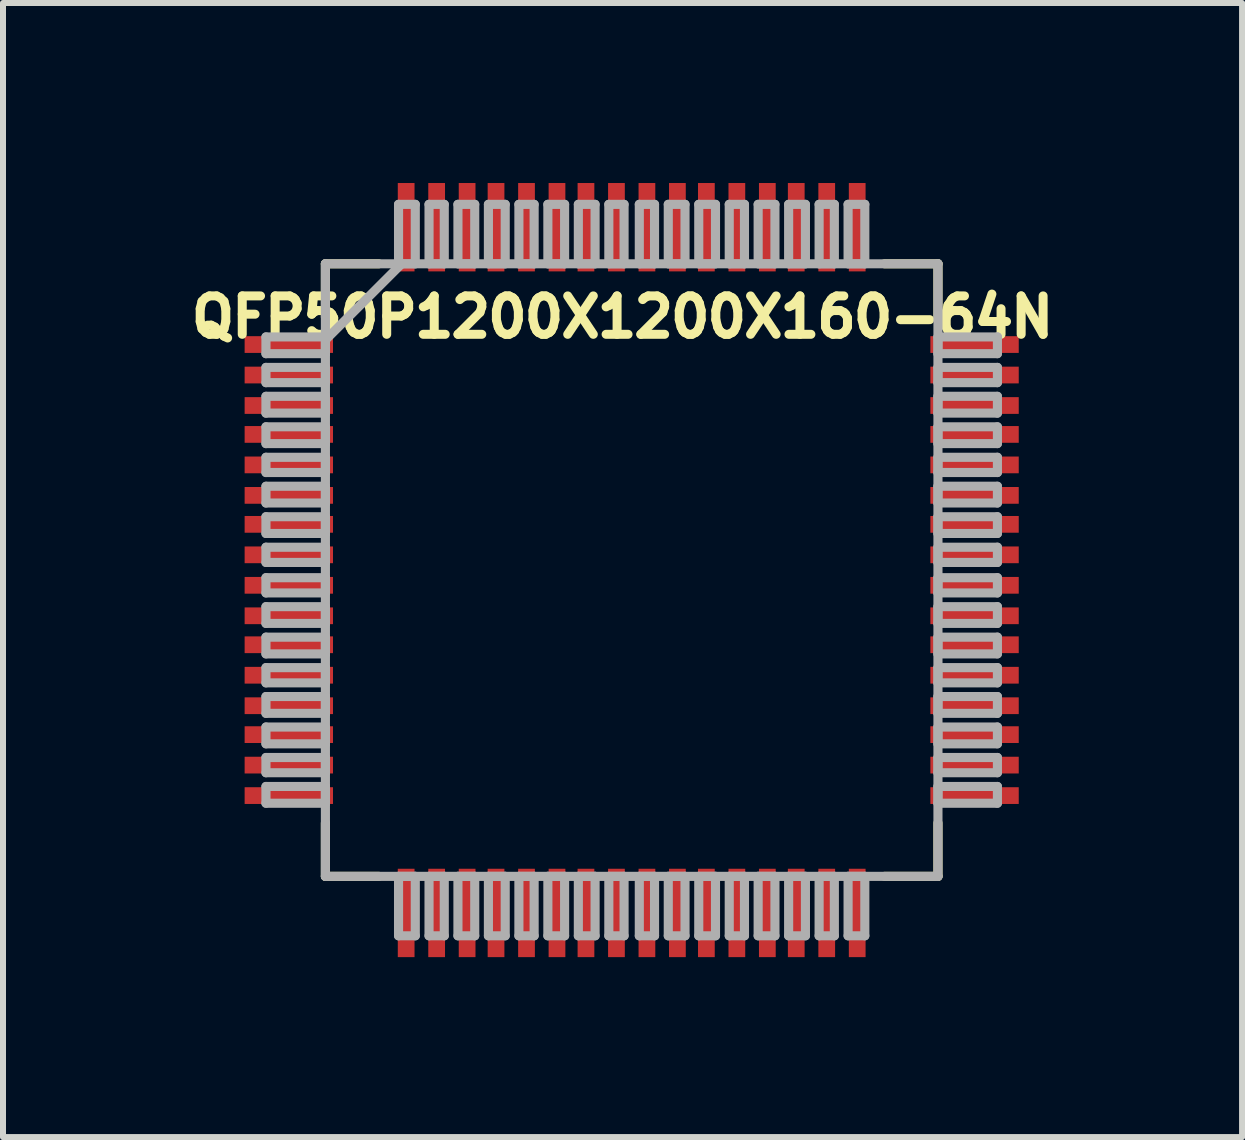
<source format=kicad_pcb>
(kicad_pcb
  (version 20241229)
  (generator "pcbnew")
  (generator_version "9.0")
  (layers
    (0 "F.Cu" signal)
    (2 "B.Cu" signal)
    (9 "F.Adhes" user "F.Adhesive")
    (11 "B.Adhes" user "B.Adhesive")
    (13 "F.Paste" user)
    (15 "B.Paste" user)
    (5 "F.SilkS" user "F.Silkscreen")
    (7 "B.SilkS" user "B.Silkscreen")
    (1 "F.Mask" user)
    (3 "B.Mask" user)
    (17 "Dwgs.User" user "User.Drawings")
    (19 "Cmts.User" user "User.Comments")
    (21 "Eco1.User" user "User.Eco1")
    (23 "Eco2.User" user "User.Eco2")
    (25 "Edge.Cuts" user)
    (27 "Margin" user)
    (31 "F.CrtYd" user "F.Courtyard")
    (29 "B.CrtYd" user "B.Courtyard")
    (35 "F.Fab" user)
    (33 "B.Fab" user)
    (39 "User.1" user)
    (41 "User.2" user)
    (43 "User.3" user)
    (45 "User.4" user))
  (footprint "QFP50P1200X1200X160-64N"
    (layer "F.Cu")
    (at 7.479 6.452)
    (property "Reference" "QFP50P1200X1200X160-64N" (at -0.152 -4.218 0) (layer "F.SilkS") (effects (font (size 0.64 0.64) (thickness 0.15))))
    (attr smd)
    (fp_line (start -5.105 -5.105) (end -5.105 -4.216) (stroke (width 0.152) (type solid)) (layer "F.SilkS"))
    (fp_line (start -5.105 4.216) (end -5.105 5.105) (stroke (width 0.152) (type solid)) (layer "F.SilkS"))
    (fp_line (start -5.105 5.105) (end -4.216 5.105) (stroke (width 0.152) (type solid)) (layer "F.SilkS"))
    (fp_line (start -4.216 -5.105) (end -5.105 -5.105) (stroke (width 0.152) (type solid)) (layer "F.SilkS"))
    (fp_line (start 4.216 5.105) (end 5.105 5.105) (stroke (width 0.152) (type solid)) (layer "F.SilkS"))
    (fp_line (start 5.105 -5.105) (end 4.216 -5.105) (stroke (width 0.152) (type solid)) (layer "F.SilkS"))
    (fp_line (start 5.105 -4.216) (end 5.105 -5.105) (stroke (width 0.152) (type solid)) (layer "F.SilkS"))
    (fp_line (start 5.105 5.105) (end 5.105 4.216) (stroke (width 0.152) (type solid)) (layer "F.SilkS"))
    (fp_line (start -6.096 -3.886) (end -6.096 -3.607) (stroke (width 0.152) (type solid)) (layer "F.Fab"))
    (fp_line (start -6.096 -3.607) (end -5.105 -3.607) (stroke (width 0.152) (type solid)) (layer "F.Fab"))
    (fp_line (start -6.096 -3.378) (end -6.096 -3.124) (stroke (width 0.152) (type solid)) (layer "F.Fab"))
    (fp_line (start -6.096 -3.124) (end -5.105 -3.124) (stroke (width 0.152) (type solid)) (layer "F.Fab"))
    (fp_line (start -6.096 -2.896) (end -6.096 -2.616) (stroke (width 0.152) (type solid)) (layer "F.Fab"))
    (fp_line (start -6.096 -2.616) (end -5.105 -2.616) (stroke (width 0.152) (type solid)) (layer "F.Fab"))
    (fp_line (start -6.096 -2.388) (end -6.096 -2.108) (stroke (width 0.152) (type solid)) (layer "F.Fab"))
    (fp_line (start -6.096 -2.108) (end -5.105 -2.108) (stroke (width 0.152) (type solid)) (layer "F.Fab"))
    (fp_line (start -6.096 -1.88) (end -6.096 -1.626) (stroke (width 0.152) (type solid)) (layer "F.Fab"))
    (fp_line (start -6.096 -1.626) (end -5.105 -1.626) (stroke (width 0.152) (type solid)) (layer "F.Fab"))
    (fp_line (start -6.096 -1.397) (end -6.096 -1.118) (stroke (width 0.152) (type solid)) (layer "F.Fab"))
    (fp_line (start -6.096 -1.118) (end -5.105 -1.118) (stroke (width 0.152) (type solid)) (layer "F.Fab"))
    (fp_line (start -6.096 -0.889) (end -6.096 -0.61) (stroke (width 0.152) (type solid)) (layer "F.Fab"))
    (fp_line (start -6.096 -0.61) (end -5.105 -0.61) (stroke (width 0.152) (type solid)) (layer "F.Fab"))
    (fp_line (start -6.096 -0.381) (end -6.096 -0.127) (stroke (width 0.152) (type solid)) (layer "F.Fab"))
    (fp_line (start -6.096 -0.127) (end -5.105 -0.127) (stroke (width 0.152) (type solid)) (layer "F.Fab"))
    (fp_line (start -6.096 0.127) (end -6.096 0.381) (stroke (width 0.152) (type solid)) (layer "F.Fab"))
    (fp_line (start -6.096 0.381) (end -5.105 0.381) (stroke (width 0.152) (type solid)) (layer "F.Fab"))
    (fp_line (start -6.096 0.61) (end -6.096 0.889) (stroke (width 0.152) (type solid)) (layer "F.Fab"))
    (fp_line (start -6.096 0.889) (end -5.105 0.889) (stroke (width 0.152) (type solid)) (layer "F.Fab"))
    (fp_line (start -6.096 1.118) (end -6.096 1.397) (stroke (width 0.152) (type solid)) (layer "F.Fab"))
    (fp_line (start -6.096 1.397) (end -5.105 1.397) (stroke (width 0.152) (type solid)) (layer "F.Fab"))
    (fp_line (start -6.096 1.626) (end -6.096 1.88) (stroke (width 0.152) (type solid)) (layer "F.Fab"))
    (fp_line (start -6.096 1.88) (end -5.105 1.88) (stroke (width 0.152) (type solid)) (layer "F.Fab"))
    (fp_line (start -6.096 2.108) (end -6.096 2.388) (stroke (width 0.152) (type solid)) (layer "F.Fab"))
    (fp_line (start -6.096 2.388) (end -5.105 2.388) (stroke (width 0.152) (type solid)) (layer "F.Fab"))
    (fp_line (start -6.096 2.616) (end -6.096 2.896) (stroke (width 0.152) (type solid)) (layer "F.Fab"))
    (fp_line (start -6.096 2.896) (end -5.105 2.896) (stroke (width 0.152) (type solid)) (layer "F.Fab"))
    (fp_line (start -6.096 3.124) (end -6.096 3.378) (stroke (width 0.152) (type solid)) (layer "F.Fab"))
    (fp_line (start -6.096 3.378) (end -5.105 3.378) (stroke (width 0.152) (type solid)) (layer "F.Fab"))
    (fp_line (start -6.096 3.607) (end -6.096 3.886) (stroke (width 0.152) (type solid)) (layer "F.Fab"))
    (fp_line (start -6.096 3.886) (end -5.105 3.886) (stroke (width 0.152) (type solid)) (layer "F.Fab"))
    (fp_line (start -5.105 -5.105) (end -5.105 5.105) (stroke (width 0.152) (type solid)) (layer "F.Fab"))
    (fp_line (start -5.105 -3.886) (end -6.096 -3.886) (stroke (width 0.152) (type solid)) (layer "F.Fab"))
    (fp_line (start -5.105 -3.835) (end -5.105 -3.886) (stroke (width 0.152) (type solid)) (layer "F.Fab"))
    (fp_line (start -5.105 -3.835) (end -3.835 -5.105) (stroke (width 0.152) (type solid)) (layer "F.Fab"))
    (fp_line (start -5.105 -3.607) (end -5.105 -3.835) (stroke (width 0.152) (type solid)) (layer "F.Fab"))
    (fp_line (start -5.105 -3.378) (end -6.096 -3.378) (stroke (width 0.152) (type solid)) (layer "F.Fab"))
    (fp_line (start -5.105 -3.124) (end -5.105 -3.378) (stroke (width 0.152) (type solid)) (layer "F.Fab"))
    (fp_line (start -5.105 -2.896) (end -6.096 -2.896) (stroke (width 0.152) (type solid)) (layer "F.Fab"))
    (fp_line (start -5.105 -2.616) (end -5.105 -2.896) (stroke (width 0.152) (type solid)) (layer "F.Fab"))
    (fp_line (start -5.105 -2.388) (end -6.096 -2.388) (stroke (width 0.152) (type solid)) (layer "F.Fab"))
    (fp_line (start -5.105 -2.108) (end -5.105 -2.388) (stroke (width 0.152) (type solid)) (layer "F.Fab"))
    (fp_line (start -5.105 -1.88) (end -6.096 -1.88) (stroke (width 0.152) (type solid)) (layer "F.Fab"))
    (fp_line (start -5.105 -1.626) (end -5.105 -1.88) (stroke (width 0.152) (type solid)) (layer "F.Fab"))
    (fp_line (start -5.105 -1.397) (end -6.096 -1.397) (stroke (width 0.152) (type solid)) (layer "F.Fab"))
    (fp_line (start -5.105 -1.118) (end -5.105 -1.397) (stroke (width 0.152) (type solid)) (layer "F.Fab"))
    (fp_line (start -5.105 -0.889) (end -6.096 -0.889) (stroke (width 0.152) (type solid)) (layer "F.Fab"))
    (fp_line (start -5.105 -0.61) (end -5.105 -0.889) (stroke (width 0.152) (type solid)) (layer "F.Fab"))
    (fp_line (start -5.105 -0.381) (end -6.096 -0.381) (stroke (width 0.152) (type solid)) (layer "F.Fab"))
    (fp_line (start -5.105 -0.127) (end -5.105 -0.381) (stroke (width 0.152) (type solid)) (layer "F.Fab"))
    (fp_line (start -5.105 0.127) (end -6.096 0.127) (stroke (width 0.152) (type solid)) (layer "F.Fab"))
    (fp_line (start -5.105 0.381) (end -5.105 0.127) (stroke (width 0.152) (type solid)) (layer "F.Fab"))
    (fp_line (start -5.105 0.61) (end -6.096 0.61) (stroke (width 0.152) (type solid)) (layer "F.Fab"))
    (fp_line (start -5.105 0.889) (end -5.105 0.61) (stroke (width 0.152) (type solid)) (layer "F.Fab"))
    (fp_line (start -5.105 1.118) (end -6.096 1.118) (stroke (width 0.152) (type solid)) (layer "F.Fab"))
    (fp_line (start -5.105 1.397) (end -5.105 1.118) (stroke (width 0.152) (type solid)) (layer "F.Fab"))
    (fp_line (start -5.105 1.626) (end -6.096 1.626) (stroke (width 0.152) (type solid)) (layer "F.Fab"))
    (fp_line (start -5.105 1.88) (end -5.105 1.626) (stroke (width 0.152) (type solid)) (layer "F.Fab"))
    (fp_line (start -5.105 2.108) (end -6.096 2.108) (stroke (width 0.152) (type solid)) (layer "F.Fab"))
    (fp_line (start -5.105 2.388) (end -5.105 2.108) (stroke (width 0.152) (type solid)) (layer "F.Fab"))
    (fp_line (start -5.105 2.616) (end -6.096 2.616) (stroke (width 0.152) (type solid)) (layer "F.Fab"))
    (fp_line (start -5.105 2.896) (end -5.105 2.616) (stroke (width 0.152) (type solid)) (layer "F.Fab"))
    (fp_line (start -5.105 3.124) (end -6.096 3.124) (stroke (width 0.152) (type solid)) (layer "F.Fab"))
    (fp_line (start -5.105 3.378) (end -5.105 3.124) (stroke (width 0.152) (type solid)) (layer "F.Fab"))
    (fp_line (start -5.105 3.607) (end -6.096 3.607) (stroke (width 0.152) (type solid)) (layer "F.Fab"))
    (fp_line (start -5.105 3.886) (end -5.105 3.607) (stroke (width 0.152) (type solid)) (layer "F.Fab"))
    (fp_line (start -5.105 5.105) (end 5.105 5.105) (stroke (width 0.152) (type solid)) (layer "F.Fab"))
    (fp_line (start -3.886 -6.096) (end -3.886 -5.105) (stroke (width 0.152) (type solid)) (layer "F.Fab"))
    (fp_line (start -3.886 -5.105) (end -3.835 -5.105) (stroke (width 0.152) (type solid)) (layer "F.Fab"))
    (fp_line (start -3.886 5.105) (end -3.886 6.096) (stroke (width 0.152) (type solid)) (layer "F.Fab"))
    (fp_line (start -3.886 6.096) (end -3.607 6.096) (stroke (width 0.152) (type solid)) (layer "F.Fab"))
    (fp_line (start -3.835 -5.105) (end -3.607 -5.105) (stroke (width 0.152) (type solid)) (layer "F.Fab"))
    (fp_line (start -3.607 -6.096) (end -3.886 -6.096) (stroke (width 0.152) (type solid)) (layer "F.Fab"))
    (fp_line (start -3.607 -5.105) (end -3.607 -6.096) (stroke (width 0.152) (type solid)) (layer "F.Fab"))
    (fp_line (start -3.607 5.105) (end -3.886 5.105) (stroke (width 0.152) (type solid)) (layer "F.Fab"))
    (fp_line (start -3.607 6.096) (end -3.607 5.105) (stroke (width 0.152) (type solid)) (layer "F.Fab"))
    (fp_line (start -3.378 -6.096) (end -3.378 -5.105) (stroke (width 0.152) (type solid)) (layer "F.Fab"))
    (fp_line (start -3.378 -5.105) (end -3.124 -5.105) (stroke (width 0.152) (type solid)) (layer "F.Fab"))
    (fp_line (start -3.378 5.105) (end -3.378 6.096) (stroke (width 0.152) (type solid)) (layer "F.Fab"))
    (fp_line (start -3.378 6.096) (end -3.124 6.096) (stroke (width 0.152) (type solid)) (layer "F.Fab"))
    (fp_line (start -3.124 -6.096) (end -3.378 -6.096) (stroke (width 0.152) (type solid)) (layer "F.Fab"))
    (fp_line (start -3.124 -5.105) (end -3.124 -6.096) (stroke (width 0.152) (type solid)) (layer "F.Fab"))
    (fp_line (start -3.124 5.105) (end -3.378 5.105) (stroke (width 0.152) (type solid)) (layer "F.Fab"))
    (fp_line (start -3.124 6.096) (end -3.124 5.105) (stroke (width 0.152) (type solid)) (layer "F.Fab"))
    (fp_line (start -2.896 -6.096) (end -2.896 -5.105) (stroke (width 0.152) (type solid)) (layer "F.Fab"))
    (fp_line (start -2.896 -5.105) (end -2.616 -5.105) (stroke (width 0.152) (type solid)) (layer "F.Fab"))
    (fp_line (start -2.896 5.105) (end -2.896 6.096) (stroke (width 0.152) (type solid)) (layer "F.Fab"))
    (fp_line (start -2.896 6.096) (end -2.616 6.096) (stroke (width 0.152) (type solid)) (layer "F.Fab"))
    (fp_line (start -2.616 -6.096) (end -2.896 -6.096) (stroke (width 0.152) (type solid)) (layer "F.Fab"))
    (fp_line (start -2.616 -5.105) (end -2.616 -6.096) (stroke (width 0.152) (type solid)) (layer "F.Fab"))
    (fp_line (start -2.616 5.105) (end -2.896 5.105) (stroke (width 0.152) (type solid)) (layer "F.Fab"))
    (fp_line (start -2.616 6.096) (end -2.616 5.105) (stroke (width 0.152) (type solid)) (layer "F.Fab"))
    (fp_line (start -2.388 -6.096) (end -2.388 -5.105) (stroke (width 0.152) (type solid)) (layer "F.Fab"))
    (fp_line (start -2.388 -5.105) (end -2.108 -5.105) (stroke (width 0.152) (type solid)) (layer "F.Fab"))
    (fp_line (start -2.388 5.105) (end -2.388 6.096) (stroke (width 0.152) (type solid)) (layer "F.Fab"))
    (fp_line (start -2.388 6.096) (end -2.108 6.096) (stroke (width 0.152) (type solid)) (layer "F.Fab"))
    (fp_line (start -2.108 -6.096) (end -2.388 -6.096) (stroke (width 0.152) (type solid)) (layer "F.Fab"))
    (fp_line (start -2.108 -5.105) (end -2.108 -6.096) (stroke (width 0.152) (type solid)) (layer "F.Fab"))
    (fp_line (start -2.108 5.105) (end -2.388 5.105) (stroke (width 0.152) (type solid)) (layer "F.Fab"))
    (fp_line (start -2.108 6.096) (end -2.108 5.105) (stroke (width 0.152) (type solid)) (layer "F.Fab"))
    (fp_line (start -1.88 -6.096) (end -1.88 -5.105) (stroke (width 0.152) (type solid)) (layer "F.Fab"))
    (fp_line (start -1.88 -5.105) (end -1.626 -5.105) (stroke (width 0.152) (type solid)) (layer "F.Fab"))
    (fp_line (start -1.88 5.105) (end -1.88 6.096) (stroke (width 0.152) (type solid)) (layer "F.Fab"))
    (fp_line (start -1.88 6.096) (end -1.626 6.096) (stroke (width 0.152) (type solid)) (layer "F.Fab"))
    (fp_line (start -1.626 -6.096) (end -1.88 -6.096) (stroke (width 0.152) (type solid)) (layer "F.Fab"))
    (fp_line (start -1.626 -5.105) (end -1.626 -6.096) (stroke (width 0.152) (type solid)) (layer "F.Fab"))
    (fp_line (start -1.626 5.105) (end -1.88 5.105) (stroke (width 0.152) (type solid)) (layer "F.Fab"))
    (fp_line (start -1.626 6.096) (end -1.626 5.105) (stroke (width 0.152) (type solid)) (layer "F.Fab"))
    (fp_line (start -1.397 -6.096) (end -1.397 -5.105) (stroke (width 0.152) (type solid)) (layer "F.Fab"))
    (fp_line (start -1.397 -5.105) (end -1.118 -5.105) (stroke (width 0.152) (type solid)) (layer "F.Fab"))
    (fp_line (start -1.397 5.105) (end -1.397 6.096) (stroke (width 0.152) (type solid)) (layer "F.Fab"))
    (fp_line (start -1.397 6.096) (end -1.118 6.096) (stroke (width 0.152) (type solid)) (layer "F.Fab"))
    (fp_line (start -1.118 -6.096) (end -1.397 -6.096) (stroke (width 0.152) (type solid)) (layer "F.Fab"))
    (fp_line (start -1.118 -5.105) (end -1.118 -6.096) (stroke (width 0.152) (type solid)) (layer "F.Fab"))
    (fp_line (start -1.118 5.105) (end -1.397 5.105) (stroke (width 0.152) (type solid)) (layer "F.Fab"))
    (fp_line (start -1.118 6.096) (end -1.118 5.105) (stroke (width 0.152) (type solid)) (layer "F.Fab"))
    (fp_line (start -0.889 -6.096) (end -0.889 -5.105) (stroke (width 0.152) (type solid)) (layer "F.Fab"))
    (fp_line (start -0.889 -5.105) (end -0.61 -5.105) (stroke (width 0.152) (type solid)) (layer "F.Fab"))
    (fp_line (start -0.889 5.105) (end -0.889 6.096) (stroke (width 0.152) (type solid)) (layer "F.Fab"))
    (fp_line (start -0.889 6.096) (end -0.61 6.096) (stroke (width 0.152) (type solid)) (layer "F.Fab"))
    (fp_line (start -0.61 -6.096) (end -0.889 -6.096) (stroke (width 0.152) (type solid)) (layer "F.Fab"))
    (fp_line (start -0.61 -5.105) (end -0.61 -6.096) (stroke (width 0.152) (type solid)) (layer "F.Fab"))
    (fp_line (start -0.61 5.105) (end -0.889 5.105) (stroke (width 0.152) (type solid)) (layer "F.Fab"))
    (fp_line (start -0.61 6.096) (end -0.61 5.105) (stroke (width 0.152) (type solid)) (layer "F.Fab"))
    (fp_line (start -0.381 -6.096) (end -0.381 -5.105) (stroke (width 0.152) (type solid)) (layer "F.Fab"))
    (fp_line (start -0.381 -5.105) (end -0.127 -5.105) (stroke (width 0.152) (type solid)) (layer "F.Fab"))
    (fp_line (start -0.381 5.105) (end -0.381 6.096) (stroke (width 0.152) (type solid)) (layer "F.Fab"))
    (fp_line (start -0.381 6.096) (end -0.127 6.096) (stroke (width 0.152) (type solid)) (layer "F.Fab"))
    (fp_line (start -0.127 -6.096) (end -0.381 -6.096) (stroke (width 0.152) (type solid)) (layer "F.Fab"))
    (fp_line (start -0.127 -5.105) (end -0.127 -6.096) (stroke (width 0.152) (type solid)) (layer "F.Fab"))
    (fp_line (start -0.127 5.105) (end -0.381 5.105) (stroke (width 0.152) (type solid)) (layer "F.Fab"))
    (fp_line (start -0.127 6.096) (end -0.127 5.105) (stroke (width 0.152) (type solid)) (layer "F.Fab"))
    (fp_line (start 0.127 -6.096) (end 0.127 -5.105) (stroke (width 0.152) (type solid)) (layer "F.Fab"))
    (fp_line (start 0.127 -5.105) (end 0.381 -5.105) (stroke (width 0.152) (type solid)) (layer "F.Fab"))
    (fp_line (start 0.127 5.105) (end 0.127 6.096) (stroke (width 0.152) (type solid)) (layer "F.Fab"))
    (fp_line (start 0.127 6.096) (end 0.381 6.096) (stroke (width 0.152) (type solid)) (layer "F.Fab"))
    (fp_line (start 0.381 -6.096) (end 0.127 -6.096) (stroke (width 0.152) (type solid)) (layer "F.Fab"))
    (fp_line (start 0.381 -5.105) (end 0.381 -6.096) (stroke (width 0.152) (type solid)) (layer "F.Fab"))
    (fp_line (start 0.381 5.105) (end 0.127 5.105) (stroke (width 0.152) (type solid)) (layer "F.Fab"))
    (fp_line (start 0.381 6.096) (end 0.381 5.105) (stroke (width 0.152) (type solid)) (layer "F.Fab"))
    (fp_line (start 0.61 -6.096) (end 0.61 -5.105) (stroke (width 0.152) (type solid)) (layer "F.Fab"))
    (fp_line (start 0.61 -5.105) (end 0.889 -5.105) (stroke (width 0.152) (type solid)) (layer "F.Fab"))
    (fp_line (start 0.61 5.105) (end 0.61 6.096) (stroke (width 0.152) (type solid)) (layer "F.Fab"))
    (fp_line (start 0.61 6.096) (end 0.889 6.096) (stroke (width 0.152) (type solid)) (layer "F.Fab"))
    (fp_line (start 0.889 -6.096) (end 0.61 -6.096) (stroke (width 0.152) (type solid)) (layer "F.Fab"))
    (fp_line (start 0.889 -5.105) (end 0.889 -6.096) (stroke (width 0.152) (type solid)) (layer "F.Fab"))
    (fp_line (start 0.889 5.105) (end 0.61 5.105) (stroke (width 0.152) (type solid)) (layer "F.Fab"))
    (fp_line (start 0.889 6.096) (end 0.889 5.105) (stroke (width 0.152) (type solid)) (layer "F.Fab"))
    (fp_line (start 1.118 -6.096) (end 1.118 -5.105) (stroke (width 0.152) (type solid)) (layer "F.Fab"))
    (fp_line (start 1.118 -5.105) (end 1.397 -5.105) (stroke (width 0.152) (type solid)) (layer "F.Fab"))
    (fp_line (start 1.118 5.105) (end 1.118 6.096) (stroke (width 0.152) (type solid)) (layer "F.Fab"))
    (fp_line (start 1.118 6.096) (end 1.397 6.096) (stroke (width 0.152) (type solid)) (layer "F.Fab"))
    (fp_line (start 1.397 -6.096) (end 1.118 -6.096) (stroke (width 0.152) (type solid)) (layer "F.Fab"))
    (fp_line (start 1.397 -5.105) (end 1.397 -6.096) (stroke (width 0.152) (type solid)) (layer "F.Fab"))
    (fp_line (start 1.397 5.105) (end 1.118 5.105) (stroke (width 0.152) (type solid)) (layer "F.Fab"))
    (fp_line (start 1.397 6.096) (end 1.397 5.105) (stroke (width 0.152) (type solid)) (layer "F.Fab"))
    (fp_line (start 1.626 -6.096) (end 1.626 -5.105) (stroke (width 0.152) (type solid)) (layer "F.Fab"))
    (fp_line (start 1.626 -5.105) (end 1.88 -5.105) (stroke (width 0.152) (type solid)) (layer "F.Fab"))
    (fp_line (start 1.626 5.105) (end 1.626 6.096) (stroke (width 0.152) (type solid)) (layer "F.Fab"))
    (fp_line (start 1.626 6.096) (end 1.88 6.096) (stroke (width 0.152) (type solid)) (layer "F.Fab"))
    (fp_line (start 1.88 -6.096) (end 1.626 -6.096) (stroke (width 0.152) (type solid)) (layer "F.Fab"))
    (fp_line (start 1.88 -5.105) (end 1.88 -6.096) (stroke (width 0.152) (type solid)) (layer "F.Fab"))
    (fp_line (start 1.88 5.105) (end 1.626 5.105) (stroke (width 0.152) (type solid)) (layer "F.Fab"))
    (fp_line (start 1.88 6.096) (end 1.88 5.105) (stroke (width 0.152) (type solid)) (layer "F.Fab"))
    (fp_line (start 2.108 -6.096) (end 2.108 -5.105) (stroke (width 0.152) (type solid)) (layer "F.Fab"))
    (fp_line (start 2.108 -5.105) (end 2.388 -5.105) (stroke (width 0.152) (type solid)) (layer "F.Fab"))
    (fp_line (start 2.108 5.105) (end 2.108 6.096) (stroke (width 0.152) (type solid)) (layer "F.Fab"))
    (fp_line (start 2.108 6.096) (end 2.388 6.096) (stroke (width 0.152) (type solid)) (layer "F.Fab"))
    (fp_line (start 2.388 -6.096) (end 2.108 -6.096) (stroke (width 0.152) (type solid)) (layer "F.Fab"))
    (fp_line (start 2.388 -5.105) (end 2.388 -6.096) (stroke (width 0.152) (type solid)) (layer "F.Fab"))
    (fp_line (start 2.388 5.105) (end 2.108 5.105) (stroke (width 0.152) (type solid)) (layer "F.Fab"))
    (fp_line (start 2.388 6.096) (end 2.388 5.105) (stroke (width 0.152) (type solid)) (layer "F.Fab"))
    (fp_line (start 2.616 -6.096) (end 2.616 -5.105) (stroke (width 0.152) (type solid)) (layer "F.Fab"))
    (fp_line (start 2.616 -5.105) (end 2.896 -5.105) (stroke (width 0.152) (type solid)) (layer "F.Fab"))
    (fp_line (start 2.616 5.105) (end 2.616 6.096) (stroke (width 0.152) (type solid)) (layer "F.Fab"))
    (fp_line (start 2.616 6.096) (end 2.896 6.096) (stroke (width 0.152) (type solid)) (layer "F.Fab"))
    (fp_line (start 2.896 -6.096) (end 2.616 -6.096) (stroke (width 0.152) (type solid)) (layer "F.Fab"))
    (fp_line (start 2.896 -5.105) (end 2.896 -6.096) (stroke (width 0.152) (type solid)) (layer "F.Fab"))
    (fp_line (start 2.896 5.105) (end 2.616 5.105) (stroke (width 0.152) (type solid)) (layer "F.Fab"))
    (fp_line (start 2.896 6.096) (end 2.896 5.105) (stroke (width 0.152) (type solid)) (layer "F.Fab"))
    (fp_line (start 3.124 -6.096) (end 3.124 -5.105) (stroke (width 0.152) (type solid)) (layer "F.Fab"))
    (fp_line (start 3.124 -5.105) (end 3.378 -5.105) (stroke (width 0.152) (type solid)) (layer "F.Fab"))
    (fp_line (start 3.124 5.105) (end 3.124 6.096) (stroke (width 0.152) (type solid)) (layer "F.Fab"))
    (fp_line (start 3.124 6.096) (end 3.378 6.096) (stroke (width 0.152) (type solid)) (layer "F.Fab"))
    (fp_line (start 3.378 -6.096) (end 3.124 -6.096) (stroke (width 0.152) (type solid)) (layer "F.Fab"))
    (fp_line (start 3.378 -5.105) (end 3.378 -6.096) (stroke (width 0.152) (type solid)) (layer "F.Fab"))
    (fp_line (start 3.378 5.105) (end 3.124 5.105) (stroke (width 0.152) (type solid)) (layer "F.Fab"))
    (fp_line (start 3.378 6.096) (end 3.378 5.105) (stroke (width 0.152) (type solid)) (layer "F.Fab"))
    (fp_line (start 3.607 -6.096) (end 3.607 -5.105) (stroke (width 0.152) (type solid)) (layer "F.Fab"))
    (fp_line (start 3.607 -5.105) (end 3.886 -5.105) (stroke (width 0.152) (type solid)) (layer "F.Fab"))
    (fp_line (start 3.607 5.105) (end 3.607 6.096) (stroke (width 0.152) (type solid)) (layer "F.Fab"))
    (fp_line (start 3.607 6.096) (end 3.886 6.096) (stroke (width 0.152) (type solid)) (layer "F.Fab"))
    (fp_line (start 3.886 -6.096) (end 3.607 -6.096) (stroke (width 0.152) (type solid)) (layer "F.Fab"))
    (fp_line (start 3.886 -5.105) (end 3.886 -6.096) (stroke (width 0.152) (type solid)) (layer "F.Fab"))
    (fp_line (start 3.886 5.105) (end 3.607 5.105) (stroke (width 0.152) (type solid)) (layer "F.Fab"))
    (fp_line (start 3.886 6.096) (end 3.886 5.105) (stroke (width 0.152) (type solid)) (layer "F.Fab"))
    (fp_line (start 5.105 -5.105) (end -5.105 -5.105) (stroke (width 0.152) (type solid)) (layer "F.Fab"))
    (fp_line (start 5.105 -3.886) (end 5.105 -3.607) (stroke (width 0.152) (type solid)) (layer "F.Fab"))
    (fp_line (start 5.105 -3.607) (end 6.096 -3.607) (stroke (width 0.152) (type solid)) (layer "F.Fab"))
    (fp_line (start 5.105 -3.378) (end 5.105 -3.124) (stroke (width 0.152) (type solid)) (layer "F.Fab"))
    (fp_line (start 5.105 -3.124) (end 6.096 -3.124) (stroke (width 0.152) (type solid)) (layer "F.Fab"))
    (fp_line (start 5.105 -2.896) (end 5.105 -2.616) (stroke (width 0.152) (type solid)) (layer "F.Fab"))
    (fp_line (start 5.105 -2.616) (end 6.096 -2.616) (stroke (width 0.152) (type solid)) (layer "F.Fab"))
    (fp_line (start 5.105 -2.388) (end 5.105 -2.108) (stroke (width 0.152) (type solid)) (layer "F.Fab"))
    (fp_line (start 5.105 -2.108) (end 6.096 -2.108) (stroke (width 0.152) (type solid)) (layer "F.Fab"))
    (fp_line (start 5.105 -1.88) (end 5.105 -1.626) (stroke (width 0.152) (type solid)) (layer "F.Fab"))
    (fp_line (start 5.105 -1.626) (end 6.096 -1.626) (stroke (width 0.152) (type solid)) (layer "F.Fab"))
    (fp_line (start 5.105 -1.397) (end 5.105 -1.118) (stroke (width 0.152) (type solid)) (layer "F.Fab"))
    (fp_line (start 5.105 -1.118) (end 6.096 -1.118) (stroke (width 0.152) (type solid)) (layer "F.Fab"))
    (fp_line (start 5.105 -0.889) (end 5.105 -0.61) (stroke (width 0.152) (type solid)) (layer "F.Fab"))
    (fp_line (start 5.105 -0.61) (end 6.096 -0.61) (stroke (width 0.152) (type solid)) (layer "F.Fab"))
    (fp_line (start 5.105 -0.381) (end 5.105 -0.127) (stroke (width 0.152) (type solid)) (layer "F.Fab"))
    (fp_line (start 5.105 -0.127) (end 6.096 -0.127) (stroke (width 0.152) (type solid)) (layer "F.Fab"))
    (fp_line (start 5.105 0.127) (end 5.105 0.381) (stroke (width 0.152) (type solid)) (layer "F.Fab"))
    (fp_line (start 5.105 0.381) (end 6.096 0.381) (stroke (width 0.152) (type solid)) (layer "F.Fab"))
    (fp_line (start 5.105 0.61) (end 5.105 0.889) (stroke (width 0.152) (type solid)) (layer "F.Fab"))
    (fp_line (start 5.105 0.889) (end 6.096 0.889) (stroke (width 0.152) (type solid)) (layer "F.Fab"))
    (fp_line (start 5.105 1.118) (end 5.105 1.397) (stroke (width 0.152) (type solid)) (layer "F.Fab"))
    (fp_line (start 5.105 1.397) (end 6.096 1.397) (stroke (width 0.152) (type solid)) (layer "F.Fab"))
    (fp_line (start 5.105 1.626) (end 5.105 1.88) (stroke (width 0.152) (type solid)) (layer "F.Fab"))
    (fp_line (start 5.105 1.88) (end 6.096 1.88) (stroke (width 0.152) (type solid)) (layer "F.Fab"))
    (fp_line (start 5.105 2.108) (end 5.105 2.388) (stroke (width 0.152) (type solid)) (layer "F.Fab"))
    (fp_line (start 5.105 2.388) (end 6.096 2.388) (stroke (width 0.152) (type solid)) (layer "F.Fab"))
    (fp_line (start 5.105 2.616) (end 5.105 2.896) (stroke (width 0.152) (type solid)) (layer "F.Fab"))
    (fp_line (start 5.105 2.896) (end 6.096 2.896) (stroke (width 0.152) (type solid)) (layer "F.Fab"))
    (fp_line (start 5.105 3.124) (end 5.105 3.378) (stroke (width 0.152) (type solid)) (layer "F.Fab"))
    (fp_line (start 5.105 3.378) (end 6.096 3.378) (stroke (width 0.152) (type solid)) (layer "F.Fab"))
    (fp_line (start 5.105 3.607) (end 5.105 3.886) (stroke (width 0.152) (type solid)) (layer "F.Fab"))
    (fp_line (start 5.105 3.886) (end 6.096 3.886) (stroke (width 0.152) (type solid)) (layer "F.Fab"))
    (fp_line (start 5.105 5.105) (end 5.105 -5.105) (stroke (width 0.152) (type solid)) (layer "F.Fab"))
    (fp_line (start 6.096 -3.886) (end 5.105 -3.886) (stroke (width 0.152) (type solid)) (layer "F.Fab"))
    (fp_line (start 6.096 -3.607) (end 6.096 -3.886) (stroke (width 0.152) (type solid)) (layer "F.Fab"))
    (fp_line (start 6.096 -3.378) (end 5.105 -3.378) (stroke (width 0.152) (type solid)) (layer "F.Fab"))
    (fp_line (start 6.096 -3.124) (end 6.096 -3.378) (stroke (width 0.152) (type solid)) (layer "F.Fab"))
    (fp_line (start 6.096 -2.896) (end 5.105 -2.896) (stroke (width 0.152) (type solid)) (layer "F.Fab"))
    (fp_line (start 6.096 -2.616) (end 6.096 -2.896) (stroke (width 0.152) (type solid)) (layer "F.Fab"))
    (fp_line (start 6.096 -2.388) (end 5.105 -2.388) (stroke (width 0.152) (type solid)) (layer "F.Fab"))
    (fp_line (start 6.096 -2.108) (end 6.096 -2.388) (stroke (width 0.152) (type solid)) (layer "F.Fab"))
    (fp_line (start 6.096 -1.88) (end 5.105 -1.88) (stroke (width 0.152) (type solid)) (layer "F.Fab"))
    (fp_line (start 6.096 -1.626) (end 6.096 -1.88) (stroke (width 0.152) (type solid)) (layer "F.Fab"))
    (fp_line (start 6.096 -1.397) (end 5.105 -1.397) (stroke (width 0.152) (type solid)) (layer "F.Fab"))
    (fp_line (start 6.096 -1.118) (end 6.096 -1.397) (stroke (width 0.152) (type solid)) (layer "F.Fab"))
    (fp_line (start 6.096 -0.889) (end 5.105 -0.889) (stroke (width 0.152) (type solid)) (layer "F.Fab"))
    (fp_line (start 6.096 -0.61) (end 6.096 -0.889) (stroke (width 0.152) (type solid)) (layer "F.Fab"))
    (fp_line (start 6.096 -0.381) (end 5.105 -0.381) (stroke (width 0.152) (type solid)) (layer "F.Fab"))
    (fp_line (start 6.096 -0.127) (end 6.096 -0.381) (stroke (width 0.152) (type solid)) (layer "F.Fab"))
    (fp_line (start 6.096 0.127) (end 5.105 0.127) (stroke (width 0.152) (type solid)) (layer "F.Fab"))
    (fp_line (start 6.096 0.381) (end 6.096 0.127) (stroke (width 0.152) (type solid)) (layer "F.Fab"))
    (fp_line (start 6.096 0.61) (end 5.105 0.61) (stroke (width 0.152) (type solid)) (layer "F.Fab"))
    (fp_line (start 6.096 0.889) (end 6.096 0.61) (stroke (width 0.152) (type solid)) (layer "F.Fab"))
    (fp_line (start 6.096 1.118) (end 5.105 1.118) (stroke (width 0.152) (type solid)) (layer "F.Fab"))
    (fp_line (start 6.096 1.397) (end 6.096 1.118) (stroke (width 0.152) (type solid)) (layer "F.Fab"))
    (fp_line (start 6.096 1.626) (end 5.105 1.626) (stroke (width 0.152) (type solid)) (layer "F.Fab"))
    (fp_line (start 6.096 1.88) (end 6.096 1.626) (stroke (width 0.152) (type solid)) (layer "F.Fab"))
    (fp_line (start 6.096 2.108) (end 5.105 2.108) (stroke (width 0.152) (type solid)) (layer "F.Fab"))
    (fp_line (start 6.096 2.388) (end 6.096 2.108) (stroke (width 0.152) (type solid)) (layer "F.Fab"))
    (fp_line (start 6.096 2.616) (end 5.105 2.616) (stroke (width 0.152) (type solid)) (layer "F.Fab"))
    (fp_line (start 6.096 2.896) (end 6.096 2.616) (stroke (width 0.152) (type solid)) (layer "F.Fab"))
    (fp_line (start 6.096 3.124) (end 5.105 3.124) (stroke (width 0.152) (type solid)) (layer "F.Fab"))
    (fp_line (start 6.096 3.378) (end 6.096 3.124) (stroke (width 0.152) (type solid)) (layer "F.Fab"))
    (fp_line (start 6.096 3.607) (end 5.105 3.607) (stroke (width 0.152) (type solid)) (layer "F.Fab"))
    (fp_line (start 6.096 3.886) (end 6.096 3.607) (stroke (width 0.152) (type solid)) (layer "F.Fab"))
    (pad "1" smd rect (at -5.715 -3.759) (size 1.473 0.279) (layers "F.Cu" "F.Mask" "F.Paste"))
    (pad "2" smd rect (at -5.715 -3.251) (size 1.473 0.279) (layers "F.Cu" "F.Mask" "F.Paste"))
    (pad "3" smd rect (at -5.715 -2.743) (size 1.473 0.279) (layers "F.Cu" "F.Mask" "F.Paste"))
    (pad "4" smd rect (at -5.715 -2.261) (size 1.473 0.279) (layers "F.Cu" "F.Mask" "F.Paste"))
    (pad "5" smd rect (at -5.715 -1.753) (size 1.473 0.279) (layers "F.Cu" "F.Mask" "F.Paste"))
    (pad "6" smd rect (at -5.715 -1.245) (size 1.473 0.279) (layers "F.Cu" "F.Mask" "F.Paste"))
    (pad "7" smd rect (at -5.715 -0.762) (size 1.473 0.279) (layers "F.Cu" "F.Mask" "F.Paste"))
    (pad "8" smd rect (at -5.715 -0.254) (size 1.473 0.279) (layers "F.Cu" "F.Mask" "F.Paste"))
    (pad "9" smd rect (at -5.715 0.254) (size 1.473 0.279) (layers "F.Cu" "F.Mask" "F.Paste"))
    (pad "10" smd rect (at -5.715 0.762) (size 1.473 0.279) (layers "F.Cu" "F.Mask" "F.Paste"))
    (pad "11" smd rect (at -5.715 1.245) (size 1.473 0.279) (layers "F.Cu" "F.Mask" "F.Paste"))
    (pad "12" smd rect (at -5.715 1.753) (size 1.473 0.279) (layers "F.Cu" "F.Mask" "F.Paste"))
    (pad "13" smd rect (at -5.715 2.261) (size 1.473 0.279) (layers "F.Cu" "F.Mask" "F.Paste"))
    (pad "14" smd rect (at -5.715 2.743) (size 1.473 0.279) (layers "F.Cu" "F.Mask" "F.Paste"))
    (pad "15" smd rect (at -5.715 3.251) (size 1.473 0.279) (layers "F.Cu" "F.Mask" "F.Paste"))
    (pad "16" smd rect (at -5.715 3.759) (size 1.473 0.279) (layers "F.Cu" "F.Mask" "F.Paste"))
    (pad "17" smd rect (at -3.759 5.715) (size 0.279 1.473) (layers "F.Cu" "F.Mask" "F.Paste"))
    (pad "18" smd rect (at -3.251 5.715) (size 0.279 1.473) (layers "F.Cu" "F.Mask" "F.Paste"))
    (pad "19" smd rect (at -2.743 5.715) (size 0.279 1.473) (layers "F.Cu" "F.Mask" "F.Paste"))
    (pad "20" smd rect (at -2.261 5.715) (size 0.279 1.473) (layers "F.Cu" "F.Mask" "F.Paste"))
    (pad "21" smd rect (at -1.753 5.715) (size 0.279 1.473) (layers "F.Cu" "F.Mask" "F.Paste"))
    (pad "22" smd rect (at -1.245 5.715) (size 0.279 1.473) (layers "F.Cu" "F.Mask" "F.Paste"))
    (pad "23" smd rect (at -0.762 5.715) (size 0.279 1.473) (layers "F.Cu" "F.Mask" "F.Paste"))
    (pad "24" smd rect (at -0.254 5.715) (size 0.279 1.473) (layers "F.Cu" "F.Mask" "F.Paste"))
    (pad "25" smd rect (at 0.254 5.715) (size 0.279 1.473) (layers "F.Cu" "F.Mask" "F.Paste"))
    (pad "26" smd rect (at 0.762 5.715) (size 0.279 1.473) (layers "F.Cu" "F.Mask" "F.Paste"))
    (pad "27" smd rect (at 1.245 5.715) (size 0.279 1.473) (layers "F.Cu" "F.Mask" "F.Paste"))
    (pad "28" smd rect (at 1.753 5.715) (size 0.279 1.473) (layers "F.Cu" "F.Mask" "F.Paste"))
    (pad "29" smd rect (at 2.261 5.715) (size 0.279 1.473) (layers "F.Cu" "F.Mask" "F.Paste"))
    (pad "30" smd rect (at 2.743 5.715) (size 0.279 1.473) (layers "F.Cu" "F.Mask" "F.Paste"))
    (pad "31" smd rect (at 3.251 5.715) (size 0.279 1.473) (layers "F.Cu" "F.Mask" "F.Paste"))
    (pad "32" smd rect (at 3.759 5.715) (size 0.279 1.473) (layers "F.Cu" "F.Mask" "F.Paste"))
    (pad "33" smd rect (at 5.715 3.759) (size 1.473 0.279) (layers "F.Cu" "F.Mask" "F.Paste"))
    (pad "34" smd rect (at 5.715 3.251) (size 1.473 0.279) (layers "F.Cu" "F.Mask" "F.Paste"))
    (pad "35" smd rect (at 5.715 2.743) (size 1.473 0.279) (layers "F.Cu" "F.Mask" "F.Paste"))
    (pad "36" smd rect (at 5.715 2.261) (size 1.473 0.279) (layers "F.Cu" "F.Mask" "F.Paste"))
    (pad "37" smd rect (at 5.715 1.753) (size 1.473 0.279) (layers "F.Cu" "F.Mask" "F.Paste"))
    (pad "38" smd rect (at 5.715 1.245) (size 1.473 0.279) (layers "F.Cu" "F.Mask" "F.Paste"))
    (pad "39" smd rect (at 5.715 0.762) (size 1.473 0.279) (layers "F.Cu" "F.Mask" "F.Paste"))
    (pad "40" smd rect (at 5.715 0.254) (size 1.473 0.279) (layers "F.Cu" "F.Mask" "F.Paste"))
    (pad "41" smd rect (at 5.715 -0.254) (size 1.473 0.279) (layers "F.Cu" "F.Mask" "F.Paste"))
    (pad "42" smd rect (at 5.715 -0.762) (size 1.473 0.279) (layers "F.Cu" "F.Mask" "F.Paste"))
    (pad "43" smd rect (at 5.715 -1.245) (size 1.473 0.279) (layers "F.Cu" "F.Mask" "F.Paste"))
    (pad "44" smd rect (at 5.715 -1.753) (size 1.473 0.279) (layers "F.Cu" "F.Mask" "F.Paste"))
    (pad "45" smd rect (at 5.715 -2.261) (size 1.473 0.279) (layers "F.Cu" "F.Mask" "F.Paste"))
    (pad "46" smd rect (at 5.715 -2.743) (size 1.473 0.279) (layers "F.Cu" "F.Mask" "F.Paste"))
    (pad "47" smd rect (at 5.715 -3.251) (size 1.473 0.279) (layers "F.Cu" "F.Mask" "F.Paste"))
    (pad "48" smd rect (at 5.715 -3.759) (size 1.473 0.279) (layers "F.Cu" "F.Mask" "F.Paste"))
    (pad "49" smd rect (at 3.759 -5.715) (size 0.279 1.473) (layers "F.Cu" "F.Mask" "F.Paste"))
    (pad "50" smd rect (at 3.251 -5.715) (size 0.279 1.473) (layers "F.Cu" "F.Mask" "F.Paste"))
    (pad "51" smd rect (at 2.743 -5.715) (size 0.279 1.473) (layers "F.Cu" "F.Mask" "F.Paste"))
    (pad "52" smd rect (at 2.261 -5.715) (size 0.279 1.473) (layers "F.Cu" "F.Mask" "F.Paste"))
    (pad "53" smd rect (at 1.753 -5.715) (size 0.279 1.473) (layers "F.Cu" "F.Mask" "F.Paste"))
    (pad "54" smd rect (at 1.245 -5.715) (size 0.279 1.473) (layers "F.Cu" "F.Mask" "F.Paste"))
    (pad "55" smd rect (at 0.762 -5.715) (size 0.279 1.473) (layers "F.Cu" "F.Mask" "F.Paste"))
    (pad "56" smd rect (at 0.254 -5.715) (size 0.279 1.473) (layers "F.Cu" "F.Mask" "F.Paste"))
    (pad "57" smd rect (at -0.254 -5.715) (size 0.279 1.473) (layers "F.Cu" "F.Mask" "F.Paste"))
    (pad "58" smd rect (at -0.762 -5.715) (size 0.279 1.473) (layers "F.Cu" "F.Mask" "F.Paste"))
    (pad "59" smd rect (at -1.245 -5.715) (size 0.279 1.473) (layers "F.Cu" "F.Mask" "F.Paste"))
    (pad "60" smd rect (at -1.753 -5.715) (size 0.279 1.473) (layers "F.Cu" "F.Mask" "F.Paste"))
    (pad "61" smd rect (at -2.261 -5.715) (size 0.279 1.473) (layers "F.Cu" "F.Mask" "F.Paste"))
    (pad "62" smd rect (at -2.743 -5.715) (size 0.279 1.473) (layers "F.Cu" "F.Mask" "F.Paste"))
    (pad "63" smd rect (at -3.251 -5.715) (size 0.279 1.473) (layers "F.Cu" "F.Mask" "F.Paste"))
    (pad "64" smd rect (at -3.759 -5.715) (size 0.279 1.473) (layers "F.Cu" "F.Mask" "F.Paste")))
  (gr_rect
    (start -3 -3)
    (end 17.653 15.903)
    (stroke (width 0.1) (type default))
    (fill no)
    (layer "Edge.Cuts")))
</source>
